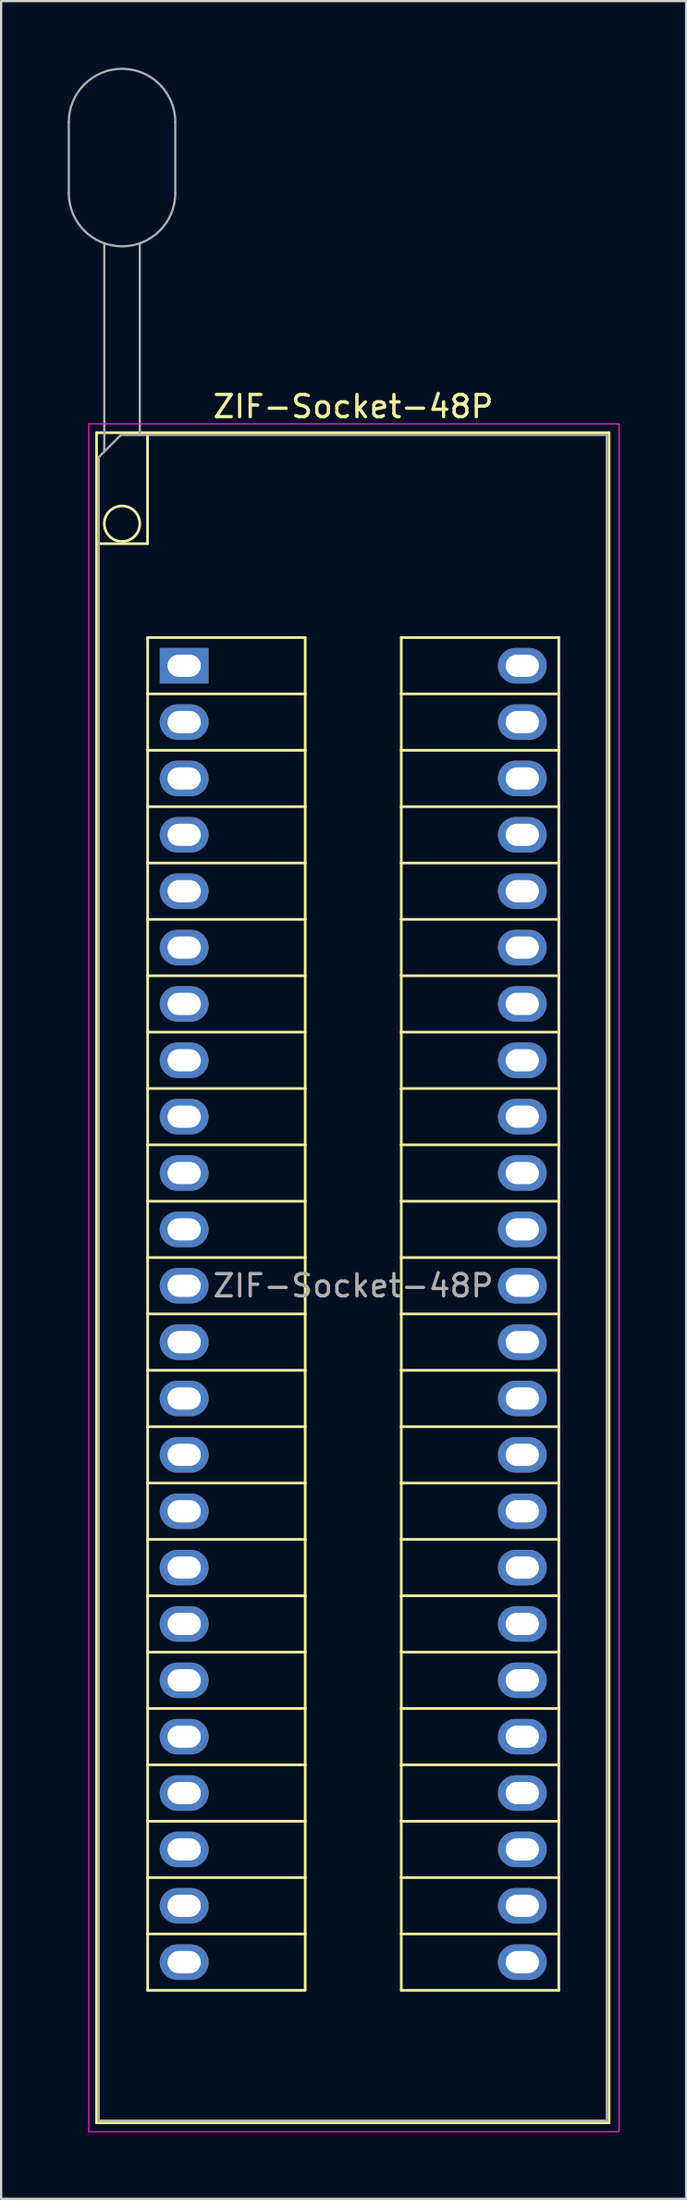
<source format=kicad_pcb>
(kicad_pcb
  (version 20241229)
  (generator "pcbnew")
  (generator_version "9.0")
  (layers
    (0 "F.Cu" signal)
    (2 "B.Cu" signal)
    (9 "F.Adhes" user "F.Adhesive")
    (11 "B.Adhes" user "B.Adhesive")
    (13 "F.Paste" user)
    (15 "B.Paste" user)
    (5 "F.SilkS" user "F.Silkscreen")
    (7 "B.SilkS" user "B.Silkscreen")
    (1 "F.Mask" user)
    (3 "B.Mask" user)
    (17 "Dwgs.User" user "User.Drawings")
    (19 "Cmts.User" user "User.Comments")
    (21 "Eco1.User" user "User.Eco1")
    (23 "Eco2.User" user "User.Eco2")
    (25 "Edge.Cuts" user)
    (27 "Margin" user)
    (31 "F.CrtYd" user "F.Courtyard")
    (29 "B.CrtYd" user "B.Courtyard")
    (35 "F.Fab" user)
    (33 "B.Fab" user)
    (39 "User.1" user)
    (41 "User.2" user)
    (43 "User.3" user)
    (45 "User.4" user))
  (footprint "ZIF-Socket-48P"
    (layer "F.Cu")
    (at 5.25 26.95)
    (property "Reference" "ZIF-Socket-48P" (at 7.62 -11.68 0) (layer "F.SilkS") (effects (font (size 1 1) (thickness 0.15))))
    (attr through_hole)
    (fp_line (start -3.95 -10.5) (end -3.95 -5.5) (stroke (width 0.12) (type solid)) (layer "F.SilkS"))
    (fp_line (start -3.95 -5.5) (end -3.95 65.66) (stroke (width 0.12) (type solid)) (layer "F.SilkS"))
    (fp_line (start -3.95 65.66) (end 19.15 65.66) (stroke (width 0.12) (type solid)) (layer "F.SilkS"))
    (fp_line (start -1.65 -10.4) (end -1.65 -5.5) (stroke (width 0.12) (type solid)) (layer "F.SilkS"))
    (fp_line (start -1.65 -5.5) (end -3.95 -5.5) (stroke (width 0.12) (type solid)) (layer "F.SilkS"))
    (fp_line (start -1.645 -1.27) (end 5.455 -1.27) (stroke (width 0.12) (type solid)) (layer "F.SilkS"))
    (fp_line (start -1.645 1.27) (end -1.645 -1.27) (stroke (width 0.12) (type solid)) (layer "F.SilkS"))
    (fp_line (start -1.645 1.27) (end 5.455 1.27) (stroke (width 0.12) (type solid)) (layer "F.SilkS"))
    (fp_line (start -1.645 3.81) (end -1.645 1.27) (stroke (width 0.12) (type solid)) (layer "F.SilkS"))
    (fp_line (start -1.645 3.81) (end 5.455 3.81) (stroke (width 0.12) (type solid)) (layer "F.SilkS"))
    (fp_line (start -1.645 6.35) (end -1.645 3.81) (stroke (width 0.12) (type solid)) (layer "F.SilkS"))
    (fp_line (start -1.645 6.35) (end 5.455 6.35) (stroke (width 0.12) (type solid)) (layer "F.SilkS"))
    (fp_line (start -1.645 8.89) (end -1.645 6.35) (stroke (width 0.12) (type solid)) (layer "F.SilkS"))
    (fp_line (start -1.645 8.89) (end 5.455 8.89) (stroke (width 0.12) (type solid)) (layer "F.SilkS"))
    (fp_line (start -1.645 11.43) (end -1.645 8.89) (stroke (width 0.12) (type solid)) (layer "F.SilkS"))
    (fp_line (start -1.645 11.43) (end 5.455 11.43) (stroke (width 0.12) (type solid)) (layer "F.SilkS"))
    (fp_line (start -1.645 13.97) (end -1.645 11.43) (stroke (width 0.12) (type solid)) (layer "F.SilkS"))
    (fp_line (start -1.645 13.97) (end 5.455 13.97) (stroke (width 0.12) (type solid)) (layer "F.SilkS"))
    (fp_line (start -1.645 16.51) (end -1.645 13.97) (stroke (width 0.12) (type solid)) (layer "F.SilkS"))
    (fp_line (start -1.645 16.51) (end 5.455 16.51) (stroke (width 0.12) (type solid)) (layer "F.SilkS"))
    (fp_line (start -1.645 19.05) (end -1.645 16.51) (stroke (width 0.12) (type solid)) (layer "F.SilkS"))
    (fp_line (start -1.645 19.05) (end 5.455 19.05) (stroke (width 0.12) (type solid)) (layer "F.SilkS"))
    (fp_line (start -1.645 21.59) (end -1.645 19.05) (stroke (width 0.12) (type solid)) (layer "F.SilkS"))
    (fp_line (start -1.645 21.59) (end 5.455 21.59) (stroke (width 0.12) (type solid)) (layer "F.SilkS"))
    (fp_line (start -1.645 24.13) (end -1.645 21.59) (stroke (width 0.12) (type solid)) (layer "F.SilkS"))
    (fp_line (start -1.645 24.13) (end 5.455 24.13) (stroke (width 0.12) (type solid)) (layer "F.SilkS"))
    (fp_line (start -1.645 26.67) (end -1.645 24.13) (stroke (width 0.12) (type solid)) (layer "F.SilkS"))
    (fp_line (start -1.645 26.67) (end 5.455 26.67) (stroke (width 0.12) (type solid)) (layer "F.SilkS"))
    (fp_line (start -1.645 29.21) (end -1.645 26.67) (stroke (width 0.12) (type solid)) (layer "F.SilkS"))
    (fp_line (start -1.645 29.21) (end 5.455 29.21) (stroke (width 0.12) (type solid)) (layer "F.SilkS"))
    (fp_line (start -1.645 31.75) (end -1.645 29.21) (stroke (width 0.12) (type solid)) (layer "F.SilkS"))
    (fp_line (start -1.645 31.75) (end 5.455 31.75) (stroke (width 0.12) (type solid)) (layer "F.SilkS"))
    (fp_line (start -1.645 34.29) (end -1.645 31.75) (stroke (width 0.12) (type solid)) (layer "F.SilkS"))
    (fp_line (start -1.645 34.29) (end 5.455 34.29) (stroke (width 0.12) (type solid)) (layer "F.SilkS"))
    (fp_line (start -1.645 36.83) (end -1.645 34.29) (stroke (width 0.12) (type solid)) (layer "F.SilkS"))
    (fp_line (start -1.645 36.83) (end 5.455 36.83) (stroke (width 0.12) (type solid)) (layer "F.SilkS"))
    (fp_line (start -1.645 39.37) (end -1.645 36.83) (stroke (width 0.12) (type solid)) (layer "F.SilkS"))
    (fp_line (start -1.645 39.37) (end 5.455 39.37) (stroke (width 0.12) (type solid)) (layer "F.SilkS"))
    (fp_line (start -1.645 41.91) (end -1.645 39.37) (stroke (width 0.12) (type solid)) (layer "F.SilkS"))
    (fp_line (start -1.645 41.91) (end 5.455 41.91) (stroke (width 0.12) (type solid)) (layer "F.SilkS"))
    (fp_line (start -1.645 44.45) (end -1.645 41.91) (stroke (width 0.12) (type solid)) (layer "F.SilkS"))
    (fp_line (start -1.645 44.45) (end 5.455 44.45) (stroke (width 0.12) (type solid)) (layer "F.SilkS"))
    (fp_line (start -1.645 46.99) (end -1.645 44.45) (stroke (width 0.12) (type solid)) (layer "F.SilkS"))
    (fp_line (start -1.645 46.99) (end 5.455 46.99) (stroke (width 0.12) (type solid)) (layer "F.SilkS"))
    (fp_line (start -1.645 49.53) (end -1.645 46.99) (stroke (width 0.12) (type solid)) (layer "F.SilkS"))
    (fp_line (start -1.645 49.53) (end 5.455 49.53) (stroke (width 0.12) (type solid)) (layer "F.SilkS"))
    (fp_line (start -1.645 52.07) (end -1.645 49.53) (stroke (width 0.12) (type solid)) (layer "F.SilkS"))
    (fp_line (start -1.645 52.07) (end 5.455 52.07) (stroke (width 0.12) (type solid)) (layer "F.SilkS"))
    (fp_line (start -1.645 54.61) (end -1.645 52.07) (stroke (width 0.12) (type solid)) (layer "F.SilkS"))
    (fp_line (start -1.645 54.61) (end 5.455 54.61) (stroke (width 0.12) (type solid)) (layer "F.SilkS"))
    (fp_line (start -1.645 57.15) (end -1.645 54.61) (stroke (width 0.12) (type solid)) (layer "F.SilkS"))
    (fp_line (start -1.645 57.15) (end 5.455 57.15) (stroke (width 0.12) (type solid)) (layer "F.SilkS"))
    (fp_line (start -1.645 59.69) (end -1.645 57.15) (stroke (width 0.12) (type solid)) (layer "F.SilkS"))
    (fp_line (start -1.645 59.69) (end 5.455 59.69) (stroke (width 0.12) (type solid)) (layer "F.SilkS"))
    (fp_line (start 5.455 -1.27) (end 5.455 1.27) (stroke (width 0.12) (type solid)) (layer "F.SilkS"))
    (fp_line (start 5.455 1.27) (end 5.455 3.81) (stroke (width 0.12) (type solid)) (layer "F.SilkS"))
    (fp_line (start 5.455 3.81) (end 5.455 6.35) (stroke (width 0.12) (type solid)) (layer "F.SilkS"))
    (fp_line (start 5.455 6.35) (end 5.455 8.89) (stroke (width 0.12) (type solid)) (layer "F.SilkS"))
    (fp_line (start 5.455 8.89) (end 5.455 11.43) (stroke (width 0.12) (type solid)) (layer "F.SilkS"))
    (fp_line (start 5.455 11.43) (end 5.455 13.97) (stroke (width 0.12) (type solid)) (layer "F.SilkS"))
    (fp_line (start 5.455 13.97) (end 5.455 16.51) (stroke (width 0.12) (type solid)) (layer "F.SilkS"))
    (fp_line (start 5.455 16.51) (end 5.455 19.05) (stroke (width 0.12) (type solid)) (layer "F.SilkS"))
    (fp_line (start 5.455 19.05) (end 5.455 21.59) (stroke (width 0.12) (type solid)) (layer "F.SilkS"))
    (fp_line (start 5.455 21.59) (end 5.455 24.13) (stroke (width 0.12) (type solid)) (layer "F.SilkS"))
    (fp_line (start 5.455 24.13) (end 5.455 26.67) (stroke (width 0.12) (type solid)) (layer "F.SilkS"))
    (fp_line (start 5.455 26.67) (end 5.455 29.21) (stroke (width 0.12) (type solid)) (layer "F.SilkS"))
    (fp_line (start 5.455 29.21) (end 5.455 31.75) (stroke (width 0.12) (type solid)) (layer "F.SilkS"))
    (fp_line (start 5.455 31.75) (end 5.455 34.29) (stroke (width 0.12) (type solid)) (layer "F.SilkS"))
    (fp_line (start 5.455 34.29) (end 5.455 36.83) (stroke (width 0.12) (type solid)) (layer "F.SilkS"))
    (fp_line (start 5.455 36.83) (end 5.455 39.37) (stroke (width 0.12) (type solid)) (layer "F.SilkS"))
    (fp_line (start 5.455 39.37) (end 5.455 41.91) (stroke (width 0.12) (type solid)) (layer "F.SilkS"))
    (fp_line (start 5.455 41.91) (end 5.455 44.45) (stroke (width 0.12) (type solid)) (layer "F.SilkS"))
    (fp_line (start 5.455 44.45) (end 5.455 46.99) (stroke (width 0.12) (type solid)) (layer "F.SilkS"))
    (fp_line (start 5.455 46.99) (end 5.455 49.53) (stroke (width 0.12) (type solid)) (layer "F.SilkS"))
    (fp_line (start 5.455 49.53) (end 5.455 52.07) (stroke (width 0.12) (type solid)) (layer "F.SilkS"))
    (fp_line (start 5.455 52.07) (end 5.455 54.61) (stroke (width 0.12) (type solid)) (layer "F.SilkS"))
    (fp_line (start 5.455 54.61) (end 5.455 57.15) (stroke (width 0.12) (type solid)) (layer "F.SilkS"))
    (fp_line (start 5.455 57.15) (end 5.455 59.69) (stroke (width 0.12) (type solid)) (layer "F.SilkS"))
    (fp_line (start 9.785 -1.27) (end 16.885 -1.27) (stroke (width 0.12) (type solid)) (layer "F.SilkS"))
    (fp_line (start 9.785 1.27) (end 9.785 -1.27) (stroke (width 0.12) (type solid)) (layer "F.SilkS"))
    (fp_line (start 9.785 1.27) (end 16.885 1.27) (stroke (width 0.12) (type solid)) (layer "F.SilkS"))
    (fp_line (start 9.785 3.81) (end 9.785 1.27) (stroke (width 0.12) (type solid)) (layer "F.SilkS"))
    (fp_line (start 9.785 3.81) (end 16.885 3.81) (stroke (width 0.12) (type solid)) (layer "F.SilkS"))
    (fp_line (start 9.785 6.35) (end 9.785 3.81) (stroke (width 0.12) (type solid)) (layer "F.SilkS"))
    (fp_line (start 9.785 6.35) (end 16.885 6.35) (stroke (width 0.12) (type solid)) (layer "F.SilkS"))
    (fp_line (start 9.785 8.89) (end 9.785 6.35) (stroke (width 0.12) (type solid)) (layer "F.SilkS"))
    (fp_line (start 9.785 8.89) (end 16.885 8.89) (stroke (width 0.12) (type solid)) (layer "F.SilkS"))
    (fp_line (start 9.785 11.43) (end 9.785 8.89) (stroke (width 0.12) (type solid)) (layer "F.SilkS"))
    (fp_line (start 9.785 11.43) (end 16.885 11.43) (stroke (width 0.12) (type solid)) (layer "F.SilkS"))
    (fp_line (start 9.785 13.97) (end 9.785 11.43) (stroke (width 0.12) (type solid)) (layer "F.SilkS"))
    (fp_line (start 9.785 13.97) (end 16.885 13.97) (stroke (width 0.12) (type solid)) (layer "F.SilkS"))
    (fp_line (start 9.785 16.51) (end 9.785 13.97) (stroke (width 0.12) (type solid)) (layer "F.SilkS"))
    (fp_line (start 9.785 16.51) (end 16.885 16.51) (stroke (width 0.12) (type solid)) (layer "F.SilkS"))
    (fp_line (start 9.785 19.05) (end 9.785 16.51) (stroke (width 0.12) (type solid)) (layer "F.SilkS"))
    (fp_line (start 9.785 19.05) (end 16.885 19.05) (stroke (width 0.12) (type solid)) (layer "F.SilkS"))
    (fp_line (start 9.785 21.59) (end 9.785 19.05) (stroke (width 0.12) (type solid)) (layer "F.SilkS"))
    (fp_line (start 9.785 21.59) (end 16.885 21.59) (stroke (width 0.12) (type solid)) (layer "F.SilkS"))
    (fp_line (start 9.785 24.13) (end 9.785 21.59) (stroke (width 0.12) (type solid)) (layer "F.SilkS"))
    (fp_line (start 9.785 24.13) (end 16.885 24.13) (stroke (width 0.12) (type solid)) (layer "F.SilkS"))
    (fp_line (start 9.785 26.67) (end 9.785 24.13) (stroke (width 0.12) (type solid)) (layer "F.SilkS"))
    (fp_line (start 9.785 26.67) (end 16.885 26.67) (stroke (width 0.12) (type solid)) (layer "F.SilkS"))
    (fp_line (start 9.785 29.21) (end 9.785 26.67) (stroke (width 0.12) (type solid)) (layer "F.SilkS"))
    (fp_line (start 9.785 29.21) (end 16.885 29.21) (stroke (width 0.12) (type solid)) (layer "F.SilkS"))
    (fp_line (start 9.785 31.75) (end 9.785 29.21) (stroke (width 0.12) (type solid)) (layer "F.SilkS"))
    (fp_line (start 9.785 31.75) (end 16.885 31.75) (stroke (width 0.12) (type solid)) (layer "F.SilkS"))
    (fp_line (start 9.785 34.29) (end 9.785 31.75) (stroke (width 0.12) (type solid)) (layer "F.SilkS"))
    (fp_line (start 9.785 34.29) (end 16.885 34.29) (stroke (width 0.12) (type solid)) (layer "F.SilkS"))
    (fp_line (start 9.785 36.83) (end 9.785 34.29) (stroke (width 0.12) (type solid)) (layer "F.SilkS"))
    (fp_line (start 9.785 36.83) (end 16.885 36.83) (stroke (width 0.12) (type solid)) (layer "F.SilkS"))
    (fp_line (start 9.785 39.37) (end 9.785 36.83) (stroke (width 0.12) (type solid)) (layer "F.SilkS"))
    (fp_line (start 9.785 39.37) (end 16.885 39.37) (stroke (width 0.12) (type solid)) (layer "F.SilkS"))
    (fp_line (start 9.785 41.91) (end 9.785 39.37) (stroke (width 0.12) (type solid)) (layer "F.SilkS"))
    (fp_line (start 9.785 41.91) (end 16.885 41.91) (stroke (width 0.12) (type solid)) (layer "F.SilkS"))
    (fp_line (start 9.785 44.45) (end 9.785 41.91) (stroke (width 0.12) (type solid)) (layer "F.SilkS"))
    (fp_line (start 9.785 44.45) (end 16.885 44.45) (stroke (width 0.12) (type solid)) (layer "F.SilkS"))
    (fp_line (start 9.785 46.99) (end 9.785 44.45) (stroke (width 0.12) (type solid)) (layer "F.SilkS"))
    (fp_line (start 9.785 46.99) (end 16.885 46.99) (stroke (width 0.12) (type solid)) (layer "F.SilkS"))
    (fp_line (start 9.785 49.53) (end 9.785 46.99) (stroke (width 0.12) (type solid)) (layer "F.SilkS"))
    (fp_line (start 9.785 49.53) (end 16.885 49.53) (stroke (width 0.12) (type solid)) (layer "F.SilkS"))
    (fp_line (start 9.785 52.07) (end 9.785 49.53) (stroke (width 0.12) (type solid)) (layer "F.SilkS"))
    (fp_line (start 9.785 52.07) (end 16.885 52.07) (stroke (width 0.12) (type solid)) (layer "F.SilkS"))
    (fp_line (start 9.785 54.61) (end 9.785 52.07) (stroke (width 0.12) (type solid)) (layer "F.SilkS"))
    (fp_line (start 9.785 54.61) (end 16.885 54.61) (stroke (width 0.12) (type solid)) (layer "F.SilkS"))
    (fp_line (start 9.785 57.15) (end 9.785 54.61) (stroke (width 0.12) (type solid)) (layer "F.SilkS"))
    (fp_line (start 9.785 57.15) (end 16.885 57.15) (stroke (width 0.12) (type solid)) (layer "F.SilkS"))
    (fp_line (start 9.785 59.69) (end 9.785 57.15) (stroke (width 0.12) (type solid)) (layer "F.SilkS"))
    (fp_line (start 9.785 59.69) (end 16.885 59.69) (stroke (width 0.12) (type solid)) (layer "F.SilkS"))
    (fp_line (start 16.885 -1.27) (end 16.885 1.27) (stroke (width 0.12) (type solid)) (layer "F.SilkS"))
    (fp_line (start 16.885 1.27) (end 16.885 3.81) (stroke (width 0.12) (type solid)) (layer "F.SilkS"))
    (fp_line (start 16.885 3.81) (end 16.885 6.35) (stroke (width 0.12) (type solid)) (layer "F.SilkS"))
    (fp_line (start 16.885 6.35) (end 16.885 8.89) (stroke (width 0.12) (type solid)) (layer "F.SilkS"))
    (fp_line (start 16.885 8.89) (end 16.885 11.43) (stroke (width 0.12) (type solid)) (layer "F.SilkS"))
    (fp_line (start 16.885 11.43) (end 16.885 13.97) (stroke (width 0.12) (type solid)) (layer "F.SilkS"))
    (fp_line (start 16.885 13.97) (end 16.885 16.51) (stroke (width 0.12) (type solid)) (layer "F.SilkS"))
    (fp_line (start 16.885 16.51) (end 16.885 19.05) (stroke (width 0.12) (type solid)) (layer "F.SilkS"))
    (fp_line (start 16.885 19.05) (end 16.885 21.59) (stroke (width 0.12) (type solid)) (layer "F.SilkS"))
    (fp_line (start 16.885 21.59) (end 16.885 24.13) (stroke (width 0.12) (type solid)) (layer "F.SilkS"))
    (fp_line (start 16.885 24.13) (end 16.885 26.67) (stroke (width 0.12) (type solid)) (layer "F.SilkS"))
    (fp_line (start 16.885 26.67) (end 16.885 29.21) (stroke (width 0.12) (type solid)) (layer "F.SilkS"))
    (fp_line (start 16.885 29.21) (end 16.885 31.75) (stroke (width 0.12) (type solid)) (layer "F.SilkS"))
    (fp_line (start 16.885 31.75) (end 16.885 34.29) (stroke (width 0.12) (type solid)) (layer "F.SilkS"))
    (fp_line (start 16.885 34.29) (end 16.885 36.83) (stroke (width 0.12) (type solid)) (layer "F.SilkS"))
    (fp_line (start 16.885 36.83) (end 16.885 39.37) (stroke (width 0.12) (type solid)) (layer "F.SilkS"))
    (fp_line (start 16.885 39.37) (end 16.885 41.91) (stroke (width 0.12) (type solid)) (layer "F.SilkS"))
    (fp_line (start 16.885 41.91) (end 16.885 44.45) (stroke (width 0.12) (type solid)) (layer "F.SilkS"))
    (fp_line (start 16.885 44.45) (end 16.885 46.99) (stroke (width 0.12) (type solid)) (layer "F.SilkS"))
    (fp_line (start 16.885 46.99) (end 16.885 49.53) (stroke (width 0.12) (type solid)) (layer "F.SilkS"))
    (fp_line (start 16.885 49.53) (end 16.885 52.07) (stroke (width 0.12) (type solid)) (layer "F.SilkS"))
    (fp_line (start 16.885 52.07) (end 16.885 54.61) (stroke (width 0.12) (type solid)) (layer "F.SilkS"))
    (fp_line (start 16.885 54.61) (end 16.885 57.15) (stroke (width 0.12) (type solid)) (layer "F.SilkS"))
    (fp_line (start 16.885 57.15) (end 16.885 59.69) (stroke (width 0.12) (type solid)) (layer "F.SilkS"))
    (fp_line (start 19.15 -10.5) (end -3.95 -10.5) (stroke (width 0.12) (type solid)) (layer "F.SilkS"))
    (fp_line (start 19.15 65.66) (end 19.15 -10.5) (stroke (width 0.12) (type solid)) (layer "F.SilkS"))
    (fp_circle (center -2.8 -6.4) (end -2 -6.4) (stroke (width 0.12) (type solid)) (fill no) (layer "F.SilkS"))
    (fp_line (start -4.3 66.06) (end -4.3 -10.9) (stroke (width 0.05) (type solid)) (layer "F.CrtYd"))
    (fp_line (start 19.6 -10.9) (end -4.3 -10.9) (stroke (width 0.05) (type solid)) (layer "F.CrtYd"))
    (fp_line (start 19.6 66.06) (end -4.3 66.06) (stroke (width 0.05) (type solid)) (layer "F.CrtYd"))
    (fp_line (start 19.6 66.06) (end 19.6 -10.9) (stroke (width 0.05) (type solid)) (layer "F.CrtYd"))
    (fp_line (start -5.2 -21.3) (end -5.2 -24.5) (stroke (width 0.1) (type solid)) (layer "F.Fab"))
    (fp_line (start -3.85 -9.4) (end -2.85 -10.4) (stroke (width 0.1) (type solid)) (layer "F.Fab"))
    (fp_line (start -3.85 65.56) (end -3.85 -9.4) (stroke (width 0.1) (type solid)) (layer "F.Fab"))
    (fp_line (start -3.85 65.56) (end 19.05 65.56) (stroke (width 0.1) (type solid)) (layer "F.Fab"))
    (fp_line (start -3.6 -19) (end -3.6 -9.65) (stroke (width 0.1) (type solid)) (layer "F.Fab"))
    (fp_line (start -2.85 -10.4) (end 19.05 -10.4) (stroke (width 0.1) (type solid)) (layer "F.Fab"))
    (fp_line (start -2 -19) (end -2 -10.4) (stroke (width 0.1) (type solid)) (layer "F.Fab"))
    (fp_line (start -0.4 -21.3) (end -0.4 -24.5) (stroke (width 0.1) (type solid)) (layer "F.Fab"))
    (fp_line (start 19.05 65.56) (end 19.05 -10.4) (stroke (width 0.1) (type solid)) (layer "F.Fab"))
    (fp_arc (start -5.2 -24.5) (mid -2.8 -26.9) (end -0.4 -24.5) (stroke (width 0.1) (type default)) (layer "F.Fab"))
    (fp_arc (start -0.4 -21.3) (mid -2.8 -18.9) (end -5.2 -21.3) (stroke (width 0.1) (type default)) (layer "F.Fab"))
    (fp_text user "${REFERENCE}" (at 7.62 27.94 0) (layer "F.Fab") (effects (font (size 1 1) (thickness 0.15))))
    (pad "1" thru_hole rect (at 0 0) (size 2.2 1.6) (drill oval 1.5 1) (layers "*.Cu" "*.Mask"))
    (pad "2" thru_hole oval (at 0 2.54) (size 2.2 1.6) (drill oval 1.5 1) (layers "*.Cu" "*.Mask"))
    (pad "3" thru_hole oval (at 0 5.08) (size 2.2 1.6) (drill oval 1.5 1) (layers "*.Cu" "*.Mask"))
    (pad "4" thru_hole oval (at 0 7.62) (size 2.2 1.6) (drill oval 1.5 1) (layers "*.Cu" "*.Mask"))
    (pad "5" thru_hole oval (at 0 10.16) (size 2.2 1.6) (drill oval 1.5 1) (layers "*.Cu" "*.Mask"))
    (pad "6" thru_hole oval (at 0 12.7) (size 2.2 1.6) (drill oval 1.5 1) (layers "*.Cu" "*.Mask"))
    (pad "7" thru_hole oval (at 0 15.24) (size 2.2 1.6) (drill oval 1.5 1) (layers "*.Cu" "*.Mask"))
    (pad "8" thru_hole oval (at 0 17.78) (size 2.2 1.6) (drill oval 1.5 1) (layers "*.Cu" "*.Mask"))
    (pad "9" thru_hole oval (at 0 20.32) (size 2.2 1.6) (drill oval 1.5 1) (layers "*.Cu" "*.Mask"))
    (pad "10" thru_hole oval (at 0 22.86) (size 2.2 1.6) (drill oval 1.5 1) (layers "*.Cu" "*.Mask"))
    (pad "11" thru_hole oval (at 0 25.4) (size 2.2 1.6) (drill oval 1.5 1) (layers "*.Cu" "*.Mask"))
    (pad "12" thru_hole oval (at 0 27.94) (size 2.2 1.6) (drill oval 1.5 1) (layers "*.Cu" "*.Mask"))
    (pad "13" thru_hole oval (at 0 30.48) (size 2.2 1.6) (drill oval 1.5 1) (layers "*.Cu" "*.Mask"))
    (pad "14" thru_hole oval (at 0 33.02) (size 2.2 1.6) (drill oval 1.5 1) (layers "*.Cu" "*.Mask"))
    (pad "15" thru_hole oval (at 0 35.56) (size 2.2 1.6) (drill oval 1.5 1) (layers "*.Cu" "*.Mask"))
    (pad "16" thru_hole oval (at 0 38.1) (size 2.2 1.6) (drill oval 1.5 1) (layers "*.Cu" "*.Mask"))
    (pad "17" thru_hole oval (at 0 40.64) (size 2.2 1.6) (drill oval 1.5 1) (layers "*.Cu" "*.Mask"))
    (pad "18" thru_hole oval (at 0 43.18) (size 2.2 1.6) (drill oval 1.5 1) (layers "*.Cu" "*.Mask"))
    (pad "19" thru_hole oval (at 0 45.72) (size 2.2 1.6) (drill oval 1.5 1) (layers "*.Cu" "*.Mask"))
    (pad "20" thru_hole oval (at 0 48.26) (size 2.2 1.6) (drill oval 1.5 1) (layers "*.Cu" "*.Mask"))
    (pad "21" thru_hole oval (at 0 50.8) (size 2.2 1.6) (drill oval 1.5 1) (layers "*.Cu" "*.Mask"))
    (pad "22" thru_hole oval (at 0 53.34) (size 2.2 1.6) (drill oval 1.5 1) (layers "*.Cu" "*.Mask"))
    (pad "23" thru_hole oval (at 0 55.88) (size 2.2 1.6) (drill oval 1.5 1) (layers "*.Cu" "*.Mask"))
    (pad "24" thru_hole oval (at 0 58.42) (size 2.2 1.6) (drill oval 1.5 1) (layers "*.Cu" "*.Mask"))
    (pad "25" thru_hole oval (at 15.24 58.42) (size 2.2 1.6) (drill oval 1.5 1) (layers "*.Cu" "*.Mask"))
    (pad "26" thru_hole oval (at 15.24 55.88) (size 2.2 1.6) (drill oval 1.5 1) (layers "*.Cu" "*.Mask"))
    (pad "27" thru_hole oval (at 15.24 53.34) (size 2.2 1.6) (drill oval 1.5 1) (layers "*.Cu" "*.Mask"))
    (pad "28" thru_hole oval (at 15.24 50.8) (size 2.2 1.6) (drill oval 1.5 1) (layers "*.Cu" "*.Mask"))
    (pad "29" thru_hole oval (at 15.24 48.26) (size 2.2 1.6) (drill oval 1.5 1) (layers "*.Cu" "*.Mask"))
    (pad "30" thru_hole oval (at 15.24 45.72) (size 2.2 1.6) (drill oval 1.5 1) (layers "*.Cu" "*.Mask"))
    (pad "31" thru_hole oval (at 15.24 43.18) (size 2.2 1.6) (drill oval 1.5 1) (layers "*.Cu" "*.Mask"))
    (pad "32" thru_hole oval (at 15.24 40.64) (size 2.2 1.6) (drill oval 1.5 1) (layers "*.Cu" "*.Mask"))
    (pad "33" thru_hole oval (at 15.24 38.1) (size 2.2 1.6) (drill oval 1.5 1) (layers "*.Cu" "*.Mask"))
    (pad "34" thru_hole oval (at 15.24 35.56) (size 2.2 1.6) (drill oval 1.5 1) (layers "*.Cu" "*.Mask"))
    (pad "35" thru_hole oval (at 15.24 33.02) (size 2.2 1.6) (drill oval 1.5 1) (layers "*.Cu" "*.Mask"))
    (pad "36" thru_hole oval (at 15.24 30.48) (size 2.2 1.6) (drill oval 1.5 1) (layers "*.Cu" "*.Mask"))
    (pad "37" thru_hole oval (at 15.24 27.94) (size 2.2 1.6) (drill oval 1.5 1) (layers "*.Cu" "*.Mask"))
    (pad "38" thru_hole oval (at 15.24 25.4) (size 2.2 1.6) (drill oval 1.5 1) (layers "*.Cu" "*.Mask"))
    (pad "39" thru_hole oval (at 15.24 22.86) (size 2.2 1.6) (drill oval 1.5 1) (layers "*.Cu" "*.Mask"))
    (pad "40" thru_hole oval (at 15.24 20.32) (size 2.2 1.6) (drill oval 1.5 1) (layers "*.Cu" "*.Mask"))
    (pad "41" thru_hole oval (at 15.24 17.78) (size 2.2 1.6) (drill oval 1.5 1) (layers "*.Cu" "*.Mask"))
    (pad "42" thru_hole oval (at 15.24 15.24) (size 2.2 1.6) (drill oval 1.5 1) (layers "*.Cu" "*.Mask"))
    (pad "43" thru_hole oval (at 15.24 12.7) (size 2.2 1.6) (drill oval 1.5 1) (layers "*.Cu" "*.Mask"))
    (pad "44" thru_hole oval (at 15.24 10.16) (size 2.2 1.6) (drill oval 1.5 1) (layers "*.Cu" "*.Mask"))
    (pad "45" thru_hole oval (at 15.24 7.62) (size 2.2 1.6) (drill oval 1.5 1) (layers "*.Cu" "*.Mask"))
    (pad "46" thru_hole oval (at 15.24 5.08) (size 2.2 1.6) (drill oval 1.5 1) (layers "*.Cu" "*.Mask"))
    (pad "47" thru_hole oval (at 15.24 2.54) (size 2.2 1.6) (drill oval 1.5 1) (layers "*.Cu" "*.Mask"))
    (pad "48" thru_hole oval (at 15.24 0) (size 2.2 1.6) (drill oval 1.5 1) (layers "*.Cu" "*.Mask")))
  (gr_rect
    (start -3 -3)
    (end 27.875 96.035)
    (stroke (width 0.1) (type default))
    (fill no)
    (layer "Edge.Cuts")))
</source>
